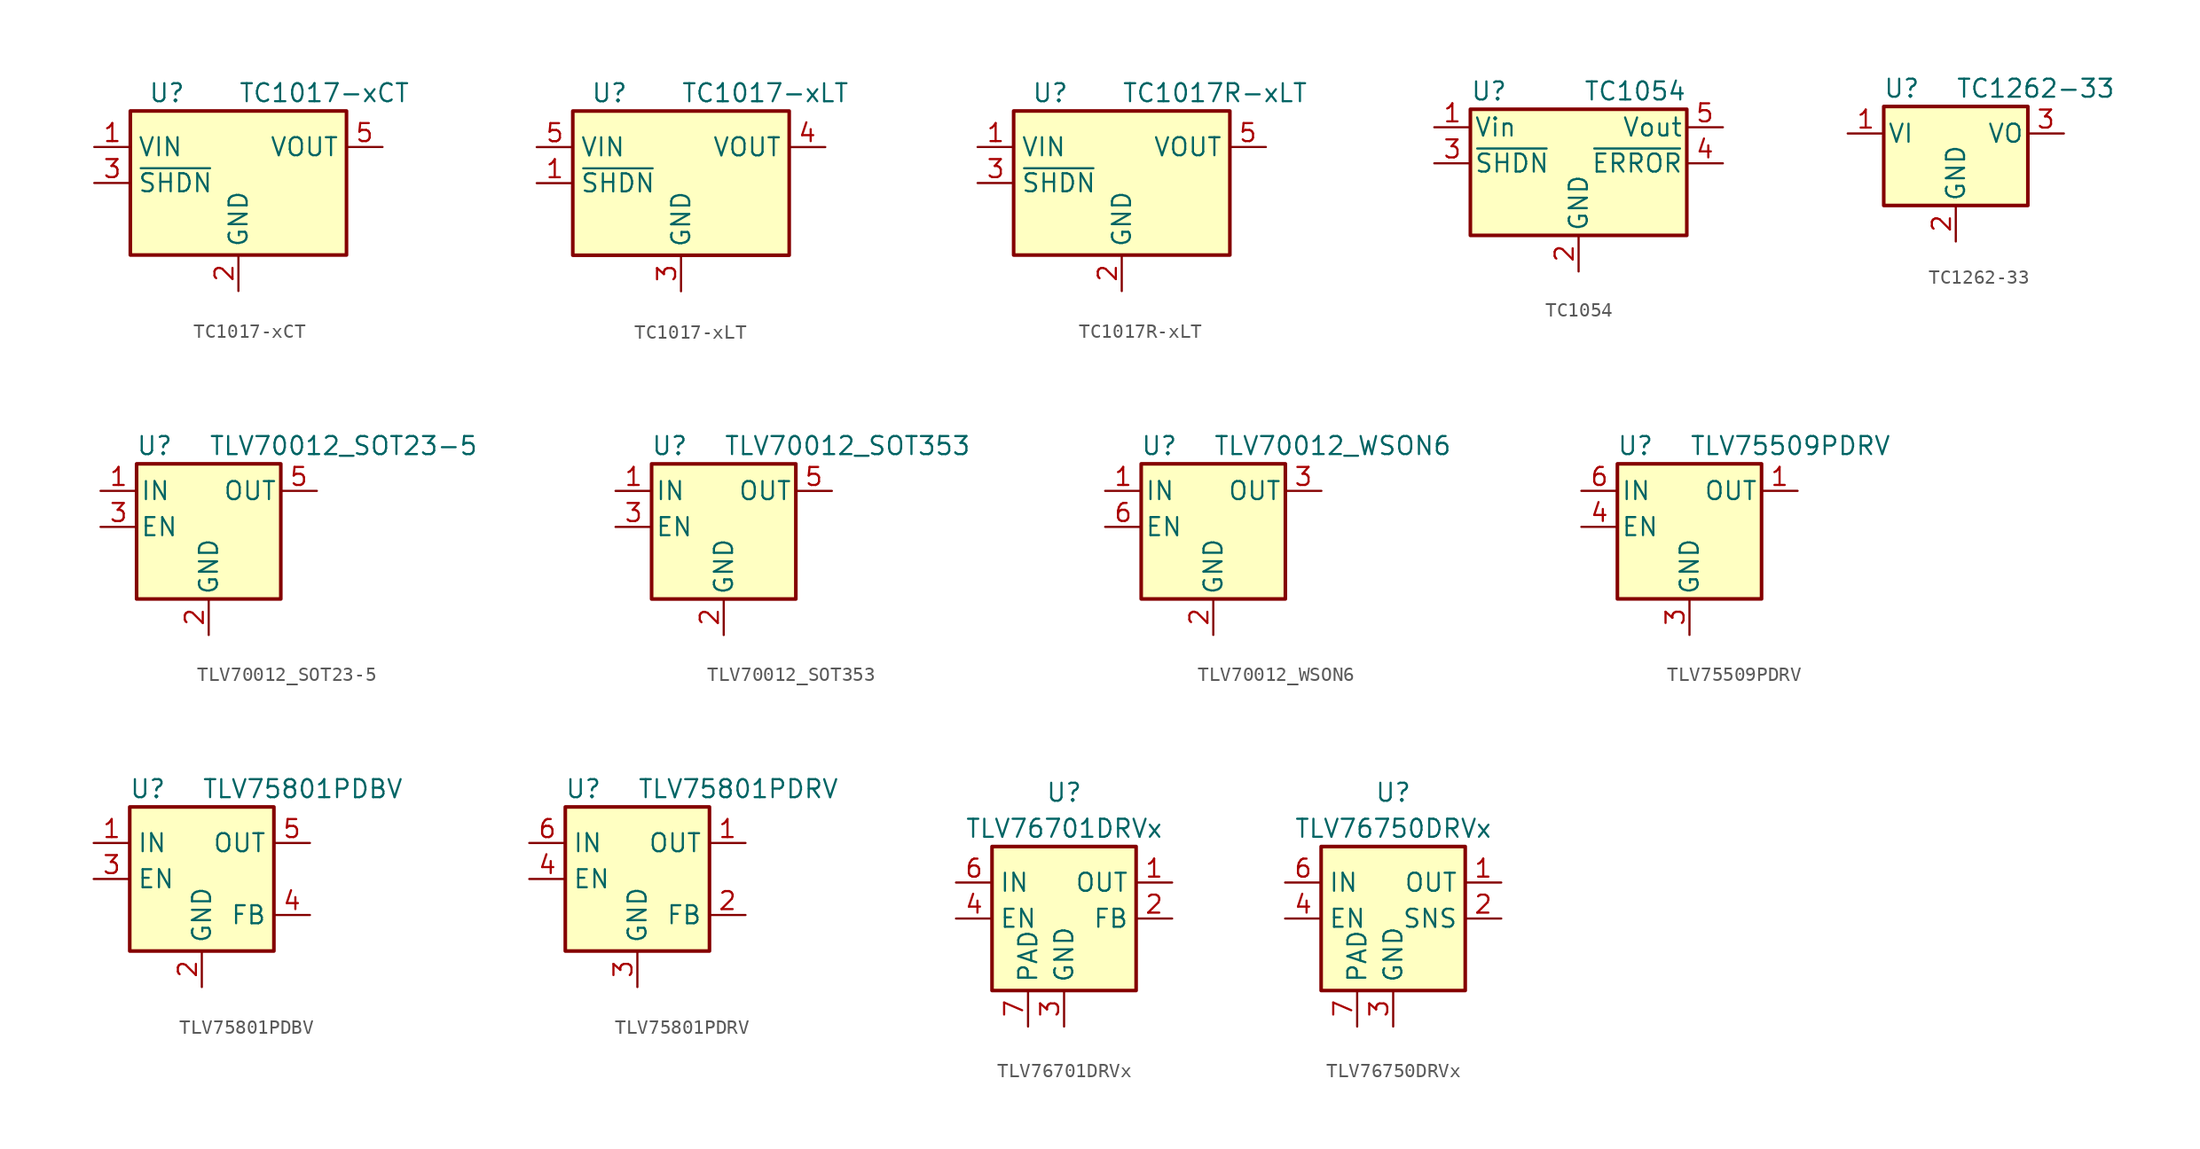
<source format=kicad_sym>
(kicad_symbol_lib
  (version 20220914)
  (generator kicad_symbol_editor)
  (symbol "TC1017-xCT"
    (property "Reference" "U"
      (at -6.35 6.35 0)
      (effects (font (size 1.27 1.27)) (justify left)))
    (property "Value" "TC1017-xCT"
      (at 0 6.35 0)
      (effects (font (size 1.27 1.27)) (justify left)))
    (symbol "TC1017-xCT_0_1"
      (rectangle (start -7.62 5.08) (end 7.62 -5.08) (stroke (width 0.254) (type solid)) (fill (type background))))
    (symbol "TC1017-xCT_1_1"
      (pin power_in line (at -10.16 2.54 0) (length 2.54) (name "VIN" (effects (font (size 1.27 1.27)))) (number "1" (effects (font (size 1.27 1.27)))))
      (pin power_in line (at 0 -7.62 90) (length 2.54) (name "GND" (effects (font (size 1.27 1.27)))) (number "2" (effects (font (size 1.27 1.27)))))
      (pin input line (at -10.16 0 0) (length 2.54) (name "~{SHDN}" (effects (font (size 1.27 1.27)))) (number "3" (effects (font (size 1.27 1.27)))))
      (pin no_connect line (at 7.62 0 180) (length 2.54) hide (name "NC" (effects (font (size 1.27 1.27)))) (number "4" (effects (font (size 1.27 1.27)))))
      (pin power_out line (at 10.16 2.54 180) (length 2.54) (name "VOUT" (effects (font (size 1.27 1.27)))) (number "5" (effects (font (size 1.27 1.27)))))))
  (symbol "TC1017-xLT"
    (property "Reference" "U"
      (at -6.35 6.35 0)
      (effects (font (size 1.27 1.27)) (justify left)))
    (property "Value" "TC1017-xLT"
      (at 0 6.35 0)
      (effects (font (size 1.27 1.27)) (justify left)))
    (symbol "TC1017-xLT_0_1"
      (rectangle (start -7.62 5.08) (end 7.62 -5.08) (stroke (width 0.254) (type solid)) (fill (type background))))
    (symbol "TC1017-xLT_1_1"
      (pin input line (at -10.16 0 0) (length 2.54) (name "~{SHDN}" (effects (font (size 1.27 1.27)))) (number "1" (effects (font (size 1.27 1.27)))))
      (pin no_connect line (at 7.62 0 180) (length 2.54) hide (name "NC" (effects (font (size 1.27 1.27)))) (number "2" (effects (font (size 1.27 1.27)))))
      (pin power_in line (at 0 -7.62 90) (length 2.54) (name "GND" (effects (font (size 1.27 1.27)))) (number "3" (effects (font (size 1.27 1.27)))))
      (pin power_out line (at 10.16 2.54 180) (length 2.54) (name "VOUT" (effects (font (size 1.27 1.27)))) (number "4" (effects (font (size 1.27 1.27)))))
      (pin power_in line (at -10.16 2.54 0) (length 2.54) (name "VIN" (effects (font (size 1.27 1.27)))) (number "5" (effects (font (size 1.27 1.27)))))))
  (symbol "TC1017R-xLT"
    (property "Reference" "U"
      (at -6.35 6.35 0)
      (effects (font (size 1.27 1.27)) (justify left)))
    (property "Value" "TC1017R-xLT"
      (at 0 6.35 0)
      (effects (font (size 1.27 1.27)) (justify left)))
    (symbol "TC1017R-xLT_0_1"
      (rectangle (start -7.62 5.08) (end 7.62 -5.08) (stroke (width 0.254) (type solid)) (fill (type background))))
    (symbol "TC1017R-xLT_1_1"
      (pin power_in line (at -10.16 2.54 0) (length 2.54) (name "VIN" (effects (font (size 1.27 1.27)))) (number "1" (effects (font (size 1.27 1.27)))))
      (pin power_in line (at 0 -7.62 90) (length 2.54) (name "GND" (effects (font (size 1.27 1.27)))) (number "2" (effects (font (size 1.27 1.27)))))
      (pin input line (at -10.16 0 0) (length 2.54) (name "~{SHDN}" (effects (font (size 1.27 1.27)))) (number "3" (effects (font (size 1.27 1.27)))))
      (pin no_connect line (at 7.62 0 180) (length 2.54) hide (name "NC" (effects (font (size 1.27 1.27)))) (number "4" (effects (font (size 1.27 1.27)))))
      (pin power_out line (at 10.16 2.54 180) (length 2.54) (name "VOUT" (effects (font (size 1.27 1.27)))) (number "5" (effects (font (size 1.27 1.27)))))))
  (symbol "TC1054"
    (pin_names
      (offset 0.254))
    (property "Reference" "U"
      (at -7.62 5.08 0)
      (effects (font (size 1.27 1.27)) (justify left)))
    (property "Value" "TC1054"
      (at 7.62 5.08 0)
      (effects (font (size 1.27 1.27)) (justify right)))
    (symbol "TC1054_0_1"
      (rectangle (start -7.62 3.81) (end 7.62 -5.08) (stroke (width 0.254) (type solid)) (fill (type background))))
    (symbol "TC1054_1_1"
      (pin power_in line (at -10.16 2.54 0) (length 2.54) (name "Vin" (effects (font (size 1.27 1.27)))) (number "1" (effects (font (size 1.27 1.27)))))
      (pin power_in line (at 0 -7.62 90) (length 2.54) (name "GND" (effects (font (size 1.27 1.27)))) (number "2" (effects (font (size 1.27 1.27)))))
      (pin input line (at -10.16 0 0) (length 2.54) (name "~{SHDN}" (effects (font (size 1.27 1.27)))) (number "3" (effects (font (size 1.27 1.27)))))
      (pin open_collector line (at 10.16 0 180) (length 2.54) (name "~{ERROR}" (effects (font (size 1.27 1.27)))) (number "4" (effects (font (size 1.27 1.27)))))
      (pin power_out line (at 10.16 2.54 180) (length 2.54) (name "Vout" (effects (font (size 1.27 1.27)))) (number "5" (effects (font (size 1.27 1.27)))))))
  (symbol "TC1262-33"
    (pin_names
      (offset 0.254))
    (property "Reference" "U"
      (at -3.81 3.175 0)
      (effects (font (size 1.27 1.27))))
    (property "Value" "TC1262-33"
      (at 0 3.175 0)
      (effects (font (size 1.27 1.27)) (justify left)))
    (symbol "TC1262-33_1_1"
      (rectangle (start -5.08 1.905) (end 5.08 -5.08) (stroke (width 0.254) (type solid)) (fill (type background)))
      (pin power_in line (at -7.62 0 0) (length 2.54) (name "VI" (effects (font (size 1.27 1.27)))) (number "1" (effects (font (size 1.27 1.27)))))
      (pin power_in line (at 0 -7.62 90) (length 2.54) (name "GND" (effects (font (size 1.27 1.27)))) (number "2" (effects (font (size 1.27 1.27)))))
      (pin power_out line (at 7.62 0 180) (length 2.54) (name "VO" (effects (font (size 1.27 1.27)))) (number "3" (effects (font (size 1.27 1.27)))))))
  (symbol "TLV70012_SOT23-5"
    (pin_names
      (offset 0.254))
    (property "Reference" "U"
      (at -3.81 5.715 0)
      (effects (font (size 1.27 1.27))))
    (property "Value" "TLV70012_SOT23-5"
      (at 0 5.715 0)
      (effects (font (size 1.27 1.27)) (justify left)))
    (symbol "TLV70012_SOT23-5_0_1"
      (rectangle (start -5.08 4.445) (end 5.08 -5.08) (stroke (width 0.254) (type solid)) (fill (type background))))
    (symbol "TLV70012_SOT23-5_1_1"
      (pin power_in line (at -7.62 2.54 0) (length 2.54) (name "IN" (effects (font (size 1.27 1.27)))) (number "1" (effects (font (size 1.27 1.27)))))
      (pin power_in line (at 0 -7.62 90) (length 2.54) (name "GND" (effects (font (size 1.27 1.27)))) (number "2" (effects (font (size 1.27 1.27)))))
      (pin input line (at -7.62 0 0) (length 2.54) (name "EN" (effects (font (size 1.27 1.27)))) (number "3" (effects (font (size 1.27 1.27)))))
      (pin no_connect line (at 5.08 0 180) (length 2.54) hide (name "NC" (effects (font (size 1.27 1.27)))) (number "4" (effects (font (size 1.27 1.27)))))
      (pin power_out line (at 7.62 2.54 180) (length 2.54) (name "OUT" (effects (font (size 1.27 1.27)))) (number "5" (effects (font (size 1.27 1.27)))))))
  (symbol "TLV70012_SOT353"
    (pin_names
      (offset 0.254))
    (property "Reference" "U"
      (at -3.81 5.715 0)
      (effects (font (size 1.27 1.27))))
    (property "Value" "TLV70012_SOT353"
      (at 0 5.715 0)
      (effects (font (size 1.27 1.27)) (justify left)))
    (symbol "TLV70012_SOT353_0_1"
      (rectangle (start -5.08 4.445) (end 5.08 -5.08) (stroke (width 0.254) (type solid)) (fill (type background))))
    (symbol "TLV70012_SOT353_1_1"
      (pin power_in line (at -7.62 2.54 0) (length 2.54) (name "IN" (effects (font (size 1.27 1.27)))) (number "1" (effects (font (size 1.27 1.27)))))
      (pin power_in line (at 0 -7.62 90) (length 2.54) (name "GND" (effects (font (size 1.27 1.27)))) (number "2" (effects (font (size 1.27 1.27)))))
      (pin input line (at -7.62 0 0) (length 2.54) (name "EN" (effects (font (size 1.27 1.27)))) (number "3" (effects (font (size 1.27 1.27)))))
      (pin no_connect line (at 5.08 0 180) (length 2.54) hide (name "NC" (effects (font (size 1.27 1.27)))) (number "4" (effects (font (size 1.27 1.27)))))
      (pin power_out line (at 7.62 2.54 180) (length 2.54) (name "OUT" (effects (font (size 1.27 1.27)))) (number "5" (effects (font (size 1.27 1.27)))))))
  (symbol "TLV70012_WSON6"
    (pin_names
      (offset 0.254))
    (property "Reference" "U"
      (at -3.81 5.715 0)
      (effects (font (size 1.27 1.27))))
    (property "Value" "TLV70012_WSON6"
      (at 0 5.715 0)
      (effects (font (size 1.27 1.27)) (justify left)))
    (symbol "TLV70012_WSON6_0_1"
      (rectangle (start -5.08 4.445) (end 5.08 -5.08) (stroke (width 0.254) (type solid)) (fill (type background))))
    (symbol "TLV70012_WSON6_1_1"
      (pin power_in line (at -7.62 2.54 0) (length 2.54) (name "IN" (effects (font (size 1.27 1.27)))) (number "1" (effects (font (size 1.27 1.27)))))
      (pin power_in line (at 0 -7.62 90) (length 2.54) (name "GND" (effects (font (size 1.27 1.27)))) (number "2" (effects (font (size 1.27 1.27)))))
      (pin power_out line (at 7.62 2.54 180) (length 2.54) (name "OUT" (effects (font (size 1.27 1.27)))) (number "3" (effects (font (size 1.27 1.27)))))
      (pin no_connect line (at 7.62 0 180) (length 2.54) hide (name "NC" (effects (font (size 1.27 1.27)))) (number "4" (effects (font (size 1.27 1.27)))))
      (pin no_connect line (at -2.54 -7.62 90) (length 2.54) hide (name "NC" (effects (font (size 1.27 1.27)))) (number "5" (effects (font (size 1.27 1.27)))))
      (pin input line (at -7.62 0 0) (length 2.54) (name "EN" (effects (font (size 1.27 1.27)))) (number "6" (effects (font (size 1.27 1.27)))))))
  (symbol "TLV75509PDRV"
    (pin_names
      (offset 0.254))
    (property "Reference" "U"
      (at -3.81 5.715 0)
      (effects (font (size 1.27 1.27))))
    (property "Value" "TLV75509PDRV"
      (at 0 5.715 0)
      (effects (font (size 1.27 1.27)) (justify left)))
    (symbol "TLV75509PDRV_0_1"
      (rectangle (start -5.08 4.445) (end 5.08 -5.08) (stroke (width 0.254) (type solid)) (fill (type background))))
    (symbol "TLV75509PDRV_1_1"
      (pin power_out line (at 7.62 2.54 180) (length 2.54) (name "OUT" (effects (font (size 1.27 1.27)))) (number "1" (effects (font (size 1.27 1.27)))))
      (pin no_connect line (at 5.08 0 180) (length 2.54) hide (name "NC" (effects (font (size 1.27 1.27)))) (number "2" (effects (font (size 1.27 1.27)))))
      (pin power_in line (at 0 -7.62 90) (length 2.54) (name "GND" (effects (font (size 1.27 1.27)))) (number "3" (effects (font (size 1.27 1.27)))))
      (pin input line (at -7.62 0 0) (length 2.54) (name "EN" (effects (font (size 1.27 1.27)))) (number "4" (effects (font (size 1.27 1.27)))))
      (pin no_connect line (at 5.08 -2.54 180) (length 2.54) hide (name "NC" (effects (font (size 1.27 1.27)))) (number "5" (effects (font (size 1.27 1.27)))))
      (pin power_in line (at -7.62 2.54 0) (length 2.54) (name "IN" (effects (font (size 1.27 1.27)))) (number "6" (effects (font (size 1.27 1.27)))))
      (pin passive line (at 0 -7.62 90) (length 2.54) hide (name "GND" (effects (font (size 1.27 1.27)))) (number "7" (effects (font (size 1.27 1.27)))))))
  (symbol "TLV75801PDBV"
    (property "Reference" "U"
      (at -3.81 6.35 0)
      (effects (font (size 1.27 1.27))))
    (property "Value" "TLV75801PDBV"
      (at 0 6.35 0)
      (effects (font (size 1.27 1.27)) (justify left)))
    (symbol "TLV75801PDBV_0_1"
      (rectangle (start 5.08 -5.08) (end -5.08 5.08) (stroke (width 0.254) (type solid)) (fill (type background))))
    (symbol "TLV75801PDBV_1_1"
      (pin power_in line (at -7.62 2.54 0) (length 2.54) (name "IN" (effects (font (size 1.27 1.27)))) (number "1" (effects (font (size 1.27 1.27)))))
      (pin power_in line (at 0 -7.62 90) (length 2.54) (name "GND" (effects (font (size 1.27 1.27)))) (number "2" (effects (font (size 1.27 1.27)))))
      (pin input line (at -7.62 0 0) (length 2.54) (name "EN" (effects (font (size 1.27 1.27)))) (number "3" (effects (font (size 1.27 1.27)))))
      (pin input line (at 7.62 -2.54 180) (length 2.54) (name "FB" (effects (font (size 1.27 1.27)))) (number "4" (effects (font (size 1.27 1.27)))))
      (pin power_out line (at 7.62 2.54 180) (length 2.54) (name "OUT" (effects (font (size 1.27 1.27)))) (number "5" (effects (font (size 1.27 1.27)))))))
  (symbol "TLV75801PDRV"
    (property "Reference" "U"
      (at -3.81 6.35 0)
      (effects (font (size 1.27 1.27))))
    (property "Value" "TLV75801PDRV"
      (at 0 6.35 0)
      (effects (font (size 1.27 1.27)) (justify left)))
    (symbol "TLV75801PDRV_0_1"
      (rectangle (start 5.08 -5.08) (end -5.08 5.08) (stroke (width 0.254) (type solid)) (fill (type background))))
    (symbol "TLV75801PDRV_1_1"
      (pin power_out line (at 7.62 2.54 180) (length 2.54) (name "OUT" (effects (font (size 1.27 1.27)))) (number "1" (effects (font (size 1.27 1.27)))))
      (pin input line (at 7.62 -2.54 180) (length 2.54) (name "FB" (effects (font (size 1.27 1.27)))) (number "2" (effects (font (size 1.27 1.27)))))
      (pin power_in line (at 0 -7.62 90) (length 2.54) (name "GND" (effects (font (size 1.27 1.27)))) (number "3" (effects (font (size 1.27 1.27)))))
      (pin input line (at -7.62 0 0) (length 2.54) (name "EN" (effects (font (size 1.27 1.27)))) (number "4" (effects (font (size 1.27 1.27)))))
      (pin no_connect line (at 5.08 0 180) (length 2.54) hide (name "DNC" (effects (font (size 1.27 1.27)))) (number "5" (effects (font (size 1.27 1.27)))))
      (pin power_in line (at -7.62 2.54 0) (length 2.54) (name "IN" (effects (font (size 1.27 1.27)))) (number "6" (effects (font (size 1.27 1.27)))))
      (pin passive line (at 0 -7.62 90) (length 2.54) hide (name "GND" (effects (font (size 1.27 1.27)))) (number "7" (effects (font (size 1.27 1.27)))))))
  (symbol "TLV76701DRVx"
    (property "Reference" "U"
      (at 0 8.89 0)
      (effects (font (size 1.27 1.27))))
    (property "Value" "TLV76701DRVx"
      (at 0 6.35 0)
      (effects (font (size 1.27 1.27))))
    (symbol "TLV76701DRVx_0_1"
      (rectangle (start -5.08 -5.08) (end 5.08 5.08) (stroke (width 0.254) (type solid)) (fill (type background))))
    (symbol "TLV76701DRVx_1_1"
      (pin power_out line (at 7.62 2.54 180) (length 2.54) (name "OUT" (effects (font (size 1.27 1.27)))) (number "1" (effects (font (size 1.27 1.27)))))
      (pin input line (at 7.62 0 180) (length 2.54) (name "FB" (effects (font (size 1.27 1.27)))) (number "2" (effects (font (size 1.27 1.27)))))
      (pin power_in line (at 0 -7.62 90) (length 2.54) (name "GND" (effects (font (size 1.27 1.27)))) (number "3" (effects (font (size 1.27 1.27)))))
      (pin input line (at -7.62 0 0) (length 2.54) (name "EN" (effects (font (size 1.27 1.27)))) (number "4" (effects (font (size 1.27 1.27)))))
      (pin passive line (at 0 -7.62 90) (length 2.54) hide (name "GND" (effects (font (size 1.27 1.27)))) (number "5" (effects (font (size 1.27 1.27)))))
      (pin power_in line (at -7.62 2.54 0) (length 2.54) (name "IN" (effects (font (size 1.27 1.27)))) (number "6" (effects (font (size 1.27 1.27)))))
      (pin passive line (at -2.54 -7.62 90) (length 2.54) (name "PAD" (effects (font (size 1.27 1.27)))) (number "7" (effects (font (size 1.27 1.27)))))))
  (symbol "TLV76750DRVx"
    (property "Reference" "U"
      (at 0 8.89 0)
      (effects (font (size 1.27 1.27))))
    (property "Value" "TLV76750DRVx"
      (at 0 6.35 0)
      (effects (font (size 1.27 1.27))))
    (symbol "TLV76750DRVx_0_1"
      (rectangle (start -5.08 -5.08) (end 5.08 5.08) (stroke (width 0.254) (type solid)) (fill (type background))))
    (symbol "TLV76750DRVx_1_1"
      (pin power_out line (at 7.62 2.54 180) (length 2.54) (name "OUT" (effects (font (size 1.27 1.27)))) (number "1" (effects (font (size 1.27 1.27)))))
      (pin input line (at 7.62 0 180) (length 2.54) (name "SNS" (effects (font (size 1.27 1.27)))) (number "2" (effects (font (size 1.27 1.27)))))
      (pin power_in line (at 0 -7.62 90) (length 2.54) (name "GND" (effects (font (size 1.27 1.27)))) (number "3" (effects (font (size 1.27 1.27)))))
      (pin input line (at -7.62 0 0) (length 2.54) (name "EN" (effects (font (size 1.27 1.27)))) (number "4" (effects (font (size 1.27 1.27)))))
      (pin passive line (at 0 -7.62 90) (length 2.54) hide (name "GND" (effects (font (size 1.27 1.27)))) (number "5" (effects (font (size 1.27 1.27)))))
      (pin power_in line (at -7.62 2.54 0) (length 2.54) (name "IN" (effects (font (size 1.27 1.27)))) (number "6" (effects (font (size 1.27 1.27)))))
      (pin passive line (at -2.54 -7.62 90) (length 2.54) (name "PAD" (effects (font (size 1.27 1.27)))) (number "7" (effects (font (size 1.27 1.27))))))))
</source>
